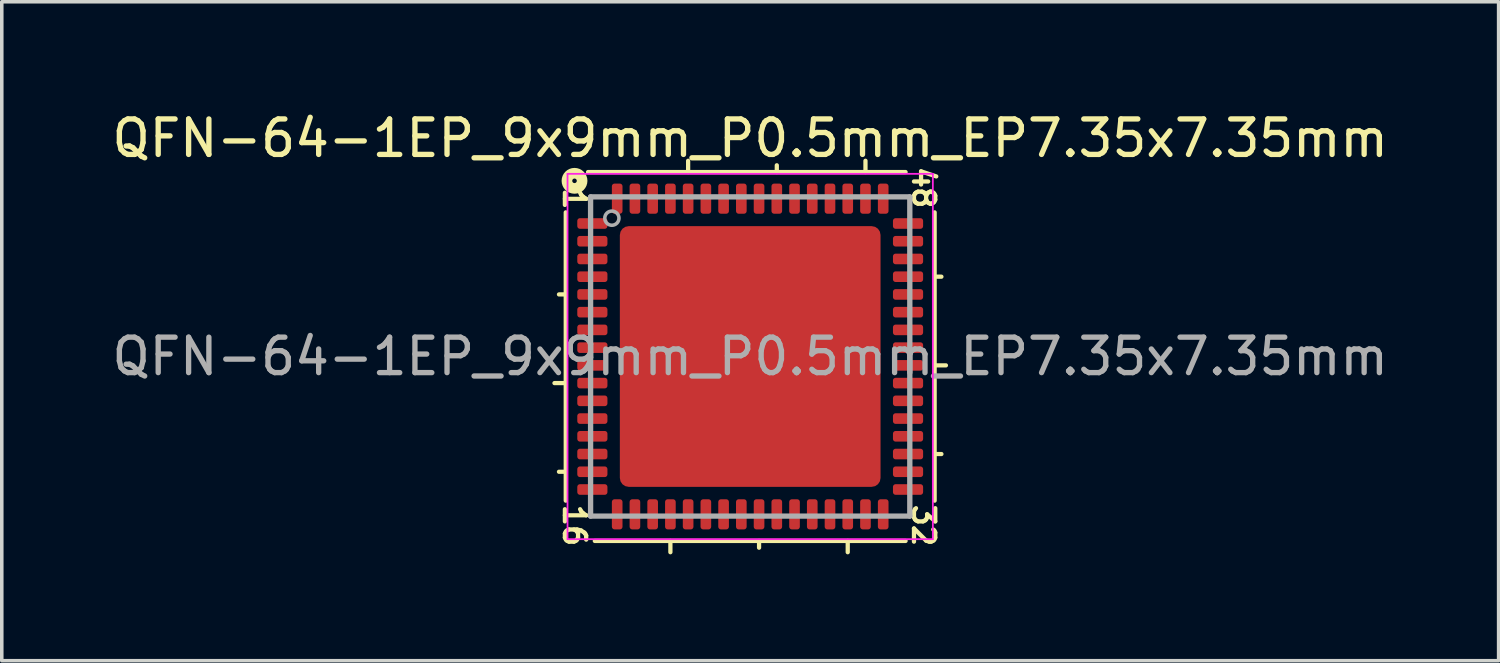
<source format=kicad_pcb>
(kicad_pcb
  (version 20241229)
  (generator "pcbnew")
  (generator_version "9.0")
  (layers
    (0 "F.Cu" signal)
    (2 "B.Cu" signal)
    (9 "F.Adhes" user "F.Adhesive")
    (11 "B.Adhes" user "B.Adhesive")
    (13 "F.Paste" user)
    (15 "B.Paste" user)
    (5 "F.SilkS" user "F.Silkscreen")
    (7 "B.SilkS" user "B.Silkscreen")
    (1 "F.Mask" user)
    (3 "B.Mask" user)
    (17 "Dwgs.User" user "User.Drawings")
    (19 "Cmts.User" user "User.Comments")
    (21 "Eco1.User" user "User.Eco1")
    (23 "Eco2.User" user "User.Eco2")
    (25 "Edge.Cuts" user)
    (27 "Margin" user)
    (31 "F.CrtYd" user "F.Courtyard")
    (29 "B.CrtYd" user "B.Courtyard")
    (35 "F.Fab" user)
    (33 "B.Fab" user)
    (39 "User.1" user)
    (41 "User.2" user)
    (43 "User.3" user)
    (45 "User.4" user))
  (footprint "QFN-64-1EP_9x9mm_P0.5mm_EP7.35x7.35mm"
    (layer "F.Cu")
    (at 18.101 7.001)
    (property "Reference" "QFN-64-1EP_9x9mm_P0.5mm_EP7.35x7.35mm" (at 0 -6.152 0) (layer "F.SilkS") (effects (font (size 1 1) (thickness 0.15))))
    (attr smd)
    (fp_line (start -5.2 -4.064) (end -5.2 4.064) (stroke (width 0.12) (type solid)) (layer "F.SilkS"))
    (fp_line (start -5.2 -1.75) (end -5.391 -1.75) (stroke (width 0.12) (type solid)) (layer "F.SilkS"))
    (fp_line (start -5.2 0.75) (end -5.518 0.75) (stroke (width 0.12) (type solid)) (layer "F.SilkS"))
    (fp_line (start -5.2 3.25) (end -5.391 3.25) (stroke (width 0.12) (type solid)) (layer "F.SilkS"))
    (fp_line (start -4.381 5.2) (end 4.381 5.2) (stroke (width 0.12) (type solid)) (layer "F.SilkS"))
    (fp_line (start -2.25 5.2) (end -2.25 5.518) (stroke (width 0.12) (type solid)) (layer "F.SilkS"))
    (fp_line (start -1.75 -5.2) (end -1.75 -5.518) (stroke (width 0.12) (type solid)) (layer "F.SilkS"))
    (fp_line (start 0.25 5.2) (end 0.25 5.391) (stroke (width 0.12) (type solid)) (layer "F.SilkS"))
    (fp_line (start 0.75 -5.2) (end 0.75 -5.391) (stroke (width 0.12) (type solid)) (layer "F.SilkS"))
    (fp_line (start 2.75 5.2) (end 2.75 5.518) (stroke (width 0.12) (type solid)) (layer "F.SilkS"))
    (fp_line (start 3.25 -5.2) (end 3.25 -5.518) (stroke (width 0.12) (type solid)) (layer "F.SilkS"))
    (fp_line (start 4.381 -5.2) (end -4.572 -5.2) (stroke (width 0.12) (type solid)) (layer "F.SilkS"))
    (fp_line (start 5.2 -2.25) (end 5.391 -2.25) (stroke (width 0.12) (type solid)) (layer "F.SilkS"))
    (fp_line (start 5.2 0.25) (end 5.518 0.25) (stroke (width 0.12) (type solid)) (layer "F.SilkS"))
    (fp_line (start 5.2 2.75) (end 5.391 2.75) (stroke (width 0.12) (type solid)) (layer "F.SilkS"))
    (fp_line (start 5.2 4.064) (end 5.2 -4.064) (stroke (width 0.12) (type solid)) (layer "F.SilkS"))
    (fp_circle (center -4.953 -4.953) (end -4.889 -4.953) (stroke (width 0.3) (type solid)) (fill no) (layer "F.SilkS"))
    (fp_line (start -5.15 -5.15) (end -5.15 5.15) (stroke (width 0.05) (type solid)) (layer "F.CrtYd"))
    (fp_line (start -5.15 -5.15) (end 5.15 -5.15) (stroke (width 0.05) (type solid)) (layer "F.CrtYd"))
    (fp_line (start -5.15 5.15) (end 5.15 5.15) (stroke (width 0.05) (type solid)) (layer "F.CrtYd"))
    (fp_line (start 5.15 -5.15) (end 5.15 5.15) (stroke (width 0.05) (type solid)) (layer "F.CrtYd"))
    (fp_line (start -4.5 -4.5) (end 4.5 -4.5) (stroke (width 0.15) (type solid)) (layer "F.Fab"))
    (fp_line (start -4.5 4.5) (end -4.5 -4.5) (stroke (width 0.15) (type solid)) (layer "F.Fab"))
    (fp_line (start 4.5 -4.5) (end 4.5 4.5) (stroke (width 0.15) (type solid)) (layer "F.Fab"))
    (fp_line (start 4.5 4.5) (end -4.5 4.5) (stroke (width 0.15) (type solid)) (layer "F.Fab"))
    (fp_circle (center -3.9 -3.9) (end -3.7 -3.9) (stroke (width 0.1) (type solid)) (fill no) (layer "F.Fab"))
    (fp_text user "16" (at -4.953 4.763 270) (unlocked yes) (layer "F.SilkS") (effects (font (size 0.6 0.6) (thickness 0.12))))
    (fp_text user "48" (at 4.889 -4.763 270) (unlocked yes) (layer "F.SilkS") (effects (font (size 0.6 0.6) (thickness 0.12))))
    (fp_text user "32" (at 4.889 4.763 270) (unlocked yes) (layer "F.SilkS") (effects (font (size 0.6 0.6) (thickness 0.12))))
    (fp_text user "1" (at -4.953 -4.445 270) (unlocked yes) (layer "F.SilkS") (effects (font (size 0.6 0.6) (thickness 0.12))))
    (fp_text user "${REFERENCE}" (at 0 0 0) (layer "F.Fab") (effects (font (size 1 1) (thickness 0.15))))
    (pad "" smd roundrect (at -2.94 -2.94) (size 1.19 1.19) (layers "F.Paste") (roundrect_rratio 0.21))
    (pad "" smd roundrect (at -2.94 -1.47) (size 1.19 1.19) (layers "F.Paste") (roundrect_rratio 0.21))
    (pad "" smd roundrect (at -2.94 0) (size 1.19 1.19) (layers "F.Paste") (roundrect_rratio 0.21))
    (pad "" smd roundrect (at -2.94 1.47) (size 1.19 1.19) (layers "F.Paste") (roundrect_rratio 0.21))
    (pad "" smd roundrect (at -2.94 2.94) (size 1.19 1.19) (layers "F.Paste") (roundrect_rratio 0.21))
    (pad "" smd roundrect (at -1.47 -2.94) (size 1.19 1.19) (layers "F.Paste") (roundrect_rratio 0.21))
    (pad "" smd roundrect (at -1.47 -1.47) (size 1.19 1.19) (layers "F.Paste") (roundrect_rratio 0.21))
    (pad "" smd roundrect (at -1.47 0) (size 1.19 1.19) (layers "F.Paste") (roundrect_rratio 0.21))
    (pad "" smd roundrect (at -1.47 1.47) (size 1.19 1.19) (layers "F.Paste") (roundrect_rratio 0.21))
    (pad "" smd roundrect (at -1.47 2.94) (size 1.19 1.19) (layers "F.Paste") (roundrect_rratio 0.21))
    (pad "" smd roundrect (at 0 -2.94) (size 1.19 1.19) (layers "F.Paste") (roundrect_rratio 0.21))
    (pad "" smd roundrect (at 0 -1.47) (size 1.19 1.19) (layers "F.Paste") (roundrect_rratio 0.21))
    (pad "" smd roundrect (at 0 0) (size 1.19 1.19) (layers "F.Paste") (roundrect_rratio 0.21))
    (pad "" smd roundrect (at 0 1.47) (size 1.19 1.19) (layers "F.Paste") (roundrect_rratio 0.21))
    (pad "" smd roundrect (at 0 2.94) (size 1.19 1.19) (layers "F.Paste") (roundrect_rratio 0.21))
    (pad "" smd roundrect (at 1.47 -2.94) (size 1.19 1.19) (layers "F.Paste") (roundrect_rratio 0.21))
    (pad "" smd roundrect (at 1.47 -1.47) (size 1.19 1.19) (layers "F.Paste") (roundrect_rratio 0.21))
    (pad "" smd roundrect (at 1.47 0) (size 1.19 1.19) (layers "F.Paste") (roundrect_rratio 0.21))
    (pad "" smd roundrect (at 1.47 1.47) (size 1.19 1.19) (layers "F.Paste") (roundrect_rratio 0.21))
    (pad "" smd roundrect (at 1.47 2.94) (size 1.19 1.19) (layers "F.Paste") (roundrect_rratio 0.21))
    (pad "" smd roundrect (at 2.94 -2.94) (size 1.19 1.19) (layers "F.Paste") (roundrect_rratio 0.21))
    (pad "" smd roundrect (at 2.94 -1.47) (size 1.19 1.19) (layers "F.Paste") (roundrect_rratio 0.21))
    (pad "" smd roundrect (at 2.94 0) (size 1.19 1.19) (layers "F.Paste") (roundrect_rratio 0.21))
    (pad "" smd roundrect (at 2.94 1.47) (size 1.19 1.19) (layers "F.Paste") (roundrect_rratio 0.21))
    (pad "" smd roundrect (at 2.94 2.94) (size 1.19 1.19) (layers "F.Paste") (roundrect_rratio 0.21))
    (pad "1" smd roundrect (at -4.45 -3.75) (size 0.85 0.3) (layers "F.Cu" "F.Mask" "F.Paste") (roundrect_rratio 0.25))
    (pad "2" smd roundrect (at -4.45 -3.25) (size 0.85 0.3) (layers "F.Cu" "F.Mask" "F.Paste") (roundrect_rratio 0.25))
    (pad "3" smd roundrect (at -4.45 -2.75) (size 0.85 0.3) (layers "F.Cu" "F.Mask" "F.Paste") (roundrect_rratio 0.25))
    (pad "4" smd roundrect (at -4.45 -2.25) (size 0.85 0.3) (layers "F.Cu" "F.Mask" "F.Paste") (roundrect_rratio 0.25))
    (pad "5" smd roundrect (at -4.45 -1.75) (size 0.85 0.3) (layers "F.Cu" "F.Mask" "F.Paste") (roundrect_rratio 0.25))
    (pad "6" smd roundrect (at -4.45 -1.25) (size 0.85 0.3) (layers "F.Cu" "F.Mask" "F.Paste") (roundrect_rratio 0.25))
    (pad "7" smd roundrect (at -4.45 -0.75) (size 0.85 0.3) (layers "F.Cu" "F.Mask" "F.Paste") (roundrect_rratio 0.25))
    (pad "8" smd roundrect (at -4.45 -0.25) (size 0.85 0.3) (layers "F.Cu" "F.Mask" "F.Paste") (roundrect_rratio 0.25))
    (pad "9" smd roundrect (at -4.45 0.25) (size 0.85 0.3) (layers "F.Cu" "F.Mask" "F.Paste") (roundrect_rratio 0.25))
    (pad "10" smd roundrect (at -4.45 0.75) (size 0.85 0.3) (layers "F.Cu" "F.Mask" "F.Paste") (roundrect_rratio 0.25))
    (pad "11" smd roundrect (at -4.45 1.25) (size 0.85 0.3) (layers "F.Cu" "F.Mask" "F.Paste") (roundrect_rratio 0.25))
    (pad "12" smd roundrect (at -4.45 1.75) (size 0.85 0.3) (layers "F.Cu" "F.Mask" "F.Paste") (roundrect_rratio 0.25))
    (pad "13" smd roundrect (at -4.45 2.25) (size 0.85 0.3) (layers "F.Cu" "F.Mask" "F.Paste") (roundrect_rratio 0.25))
    (pad "14" smd roundrect (at -4.45 2.75) (size 0.85 0.3) (layers "F.Cu" "F.Mask" "F.Paste") (roundrect_rratio 0.25))
    (pad "15" smd roundrect (at -4.45 3.25) (size 0.85 0.3) (layers "F.Cu" "F.Mask" "F.Paste") (roundrect_rratio 0.25))
    (pad "16" smd roundrect (at -4.45 3.75) (size 0.85 0.3) (layers "F.Cu" "F.Mask" "F.Paste") (roundrect_rratio 0.25))
    (pad "17" smd roundrect (at -3.75 4.45 90) (size 0.85 0.3) (layers "F.Cu" "F.Mask" "F.Paste") (roundrect_rratio 0.25))
    (pad "18" smd roundrect (at -3.25 4.45 90) (size 0.85 0.3) (layers "F.Cu" "F.Mask" "F.Paste") (roundrect_rratio 0.25))
    (pad "19" smd roundrect (at -2.75 4.45 90) (size 0.85 0.3) (layers "F.Cu" "F.Mask" "F.Paste") (roundrect_rratio 0.25))
    (pad "20" smd roundrect (at -2.25 4.45 90) (size 0.85 0.3) (layers "F.Cu" "F.Mask" "F.Paste") (roundrect_rratio 0.25))
    (pad "21" smd roundrect (at -1.75 4.45 90) (size 0.85 0.3) (layers "F.Cu" "F.Mask" "F.Paste") (roundrect_rratio 0.25))
    (pad "22" smd roundrect (at -1.25 4.45 90) (size 0.85 0.3) (layers "F.Cu" "F.Mask" "F.Paste") (roundrect_rratio 0.25))
    (pad "23" smd roundrect (at -0.75 4.45 90) (size 0.85 0.3) (layers "F.Cu" "F.Mask" "F.Paste") (roundrect_rratio 0.25))
    (pad "24" smd roundrect (at -0.25 4.45 90) (size 0.85 0.3) (layers "F.Cu" "F.Mask" "F.Paste") (roundrect_rratio 0.25))
    (pad "25" smd roundrect (at 0.25 4.45 90) (size 0.85 0.3) (layers "F.Cu" "F.Mask" "F.Paste") (roundrect_rratio 0.25))
    (pad "26" smd roundrect (at 0.75 4.45 90) (size 0.85 0.3) (layers "F.Cu" "F.Mask" "F.Paste") (roundrect_rratio 0.25))
    (pad "27" smd roundrect (at 1.25 4.45 90) (size 0.85 0.3) (layers "F.Cu" "F.Mask" "F.Paste") (roundrect_rratio 0.25))
    (pad "28" smd roundrect (at 1.75 4.45 90) (size 0.85 0.3) (layers "F.Cu" "F.Mask" "F.Paste") (roundrect_rratio 0.25))
    (pad "29" smd roundrect (at 2.25 4.45 90) (size 0.85 0.3) (layers "F.Cu" "F.Mask" "F.Paste") (roundrect_rratio 0.25))
    (pad "30" smd roundrect (at 2.75 4.45 90) (size 0.85 0.3) (layers "F.Cu" "F.Mask" "F.Paste") (roundrect_rratio 0.25))
    (pad "31" smd roundrect (at 3.25 4.45 90) (size 0.85 0.3) (layers "F.Cu" "F.Mask" "F.Paste") (roundrect_rratio 0.25))
    (pad "32" smd roundrect (at 3.75 4.45 90) (size 0.85 0.3) (layers "F.Cu" "F.Mask" "F.Paste") (roundrect_rratio 0.25))
    (pad "33" smd roundrect (at 4.45 3.75) (size 0.85 0.3) (layers "F.Cu" "F.Mask" "F.Paste") (roundrect_rratio 0.25))
    (pad "34" smd roundrect (at 4.45 3.25) (size 0.85 0.3) (layers "F.Cu" "F.Mask" "F.Paste") (roundrect_rratio 0.25))
    (pad "35" smd roundrect (at 4.45 2.75) (size 0.85 0.3) (layers "F.Cu" "F.Mask" "F.Paste") (roundrect_rratio 0.25))
    (pad "36" smd roundrect (at 4.45 2.25) (size 0.85 0.3) (layers "F.Cu" "F.Mask" "F.Paste") (roundrect_rratio 0.25))
    (pad "37" smd roundrect (at 4.45 1.75) (size 0.85 0.3) (layers "F.Cu" "F.Mask" "F.Paste") (roundrect_rratio 0.25))
    (pad "38" smd roundrect (at 4.45 1.25) (size 0.85 0.3) (layers "F.Cu" "F.Mask" "F.Paste") (roundrect_rratio 0.25))
    (pad "39" smd roundrect (at 4.45 0.75) (size 0.85 0.3) (layers "F.Cu" "F.Mask" "F.Paste") (roundrect_rratio 0.25))
    (pad "40" smd roundrect (at 4.45 0.25) (size 0.85 0.3) (layers "F.Cu" "F.Mask" "F.Paste") (roundrect_rratio 0.25))
    (pad "41" smd roundrect (at 4.45 -0.25) (size 0.85 0.3) (layers "F.Cu" "F.Mask" "F.Paste") (roundrect_rratio 0.25))
    (pad "42" smd roundrect (at 4.45 -0.75) (size 0.85 0.3) (layers "F.Cu" "F.Mask" "F.Paste") (roundrect_rratio 0.25))
    (pad "43" smd roundrect (at 4.45 -1.25) (size 0.85 0.3) (layers "F.Cu" "F.Mask" "F.Paste") (roundrect_rratio 0.25))
    (pad "44" smd roundrect (at 4.45 -1.75) (size 0.85 0.3) (layers "F.Cu" "F.Mask" "F.Paste") (roundrect_rratio 0.25))
    (pad "45" smd roundrect (at 4.45 -2.25) (size 0.85 0.3) (layers "F.Cu" "F.Mask" "F.Paste") (roundrect_rratio 0.25))
    (pad "46" smd roundrect (at 4.45 -2.75) (size 0.85 0.3) (layers "F.Cu" "F.Mask" "F.Paste") (roundrect_rratio 0.25))
    (pad "47" smd roundrect (at 4.45 -3.25) (size 0.85 0.3) (layers "F.Cu" "F.Mask" "F.Paste") (roundrect_rratio 0.25))
    (pad "48" smd roundrect (at 4.45 -3.75) (size 0.85 0.3) (layers "F.Cu" "F.Mask" "F.Paste") (roundrect_rratio 0.25))
    (pad "49" smd roundrect (at 3.75 -4.45 90) (size 0.85 0.3) (layers "F.Cu" "F.Mask" "F.Paste") (roundrect_rratio 0.25))
    (pad "50" smd roundrect (at 3.25 -4.45 90) (size 0.85 0.3) (layers "F.Cu" "F.Mask" "F.Paste") (roundrect_rratio 0.25))
    (pad "51" smd roundrect (at 2.75 -4.45 90) (size 0.85 0.3) (layers "F.Cu" "F.Mask" "F.Paste") (roundrect_rratio 0.25))
    (pad "52" smd roundrect (at 2.25 -4.45 90) (size 0.85 0.3) (layers "F.Cu" "F.Mask" "F.Paste") (roundrect_rratio 0.25))
    (pad "53" smd roundrect (at 1.75 -4.45 90) (size 0.85 0.3) (layers "F.Cu" "F.Mask" "F.Paste") (roundrect_rratio 0.25))
    (pad "54" smd roundrect (at 1.25 -4.45 90) (size 0.85 0.3) (layers "F.Cu" "F.Mask" "F.Paste") (roundrect_rratio 0.25))
    (pad "55" smd roundrect (at 0.75 -4.45 90) (size 0.85 0.3) (layers "F.Cu" "F.Mask" "F.Paste") (roundrect_rratio 0.25))
    (pad "56" smd roundrect (at 0.25 -4.45 90) (size 0.85 0.3) (layers "F.Cu" "F.Mask" "F.Paste") (roundrect_rratio 0.25))
    (pad "57" smd roundrect (at -0.25 -4.45 90) (size 0.85 0.3) (layers "F.Cu" "F.Mask" "F.Paste") (roundrect_rratio 0.25))
    (pad "58" smd roundrect (at -0.75 -4.45 90) (size 0.85 0.3) (layers "F.Cu" "F.Mask" "F.Paste") (roundrect_rratio 0.25))
    (pad "59" smd roundrect (at -1.25 -4.45 90) (size 0.85 0.3) (layers "F.Cu" "F.Mask" "F.Paste") (roundrect_rratio 0.25))
    (pad "60" smd roundrect (at -1.75 -4.45 90) (size 0.85 0.3) (layers "F.Cu" "F.Mask" "F.Paste") (roundrect_rratio 0.25))
    (pad "61" smd roundrect (at -2.25 -4.45 90) (size 0.85 0.3) (layers "F.Cu" "F.Mask" "F.Paste") (roundrect_rratio 0.25))
    (pad "62" smd roundrect (at -2.75 -4.45 90) (size 0.85 0.3) (layers "F.Cu" "F.Mask" "F.Paste") (roundrect_rratio 0.25))
    (pad "63" smd roundrect (at -3.25 -4.45 90) (size 0.85 0.3) (layers "F.Cu" "F.Mask" "F.Paste") (roundrect_rratio 0.25))
    (pad "64" smd roundrect (at -3.75 -4.45 90) (size 0.85 0.3) (layers "F.Cu" "F.Mask" "F.Paste") (roundrect_rratio 0.25))
    (pad "65" smd roundrect (at 0 0) (size 7.35 7.35) (layers "F.Cu" "F.Mask") (roundrect_rratio 0.034)))
  (gr_rect
    (start -3 -3)
    (end 39.202 15.578)
    (stroke (width 0.1) (type default))
    (fill no)
    (layer "Edge.Cuts")))
</source>
